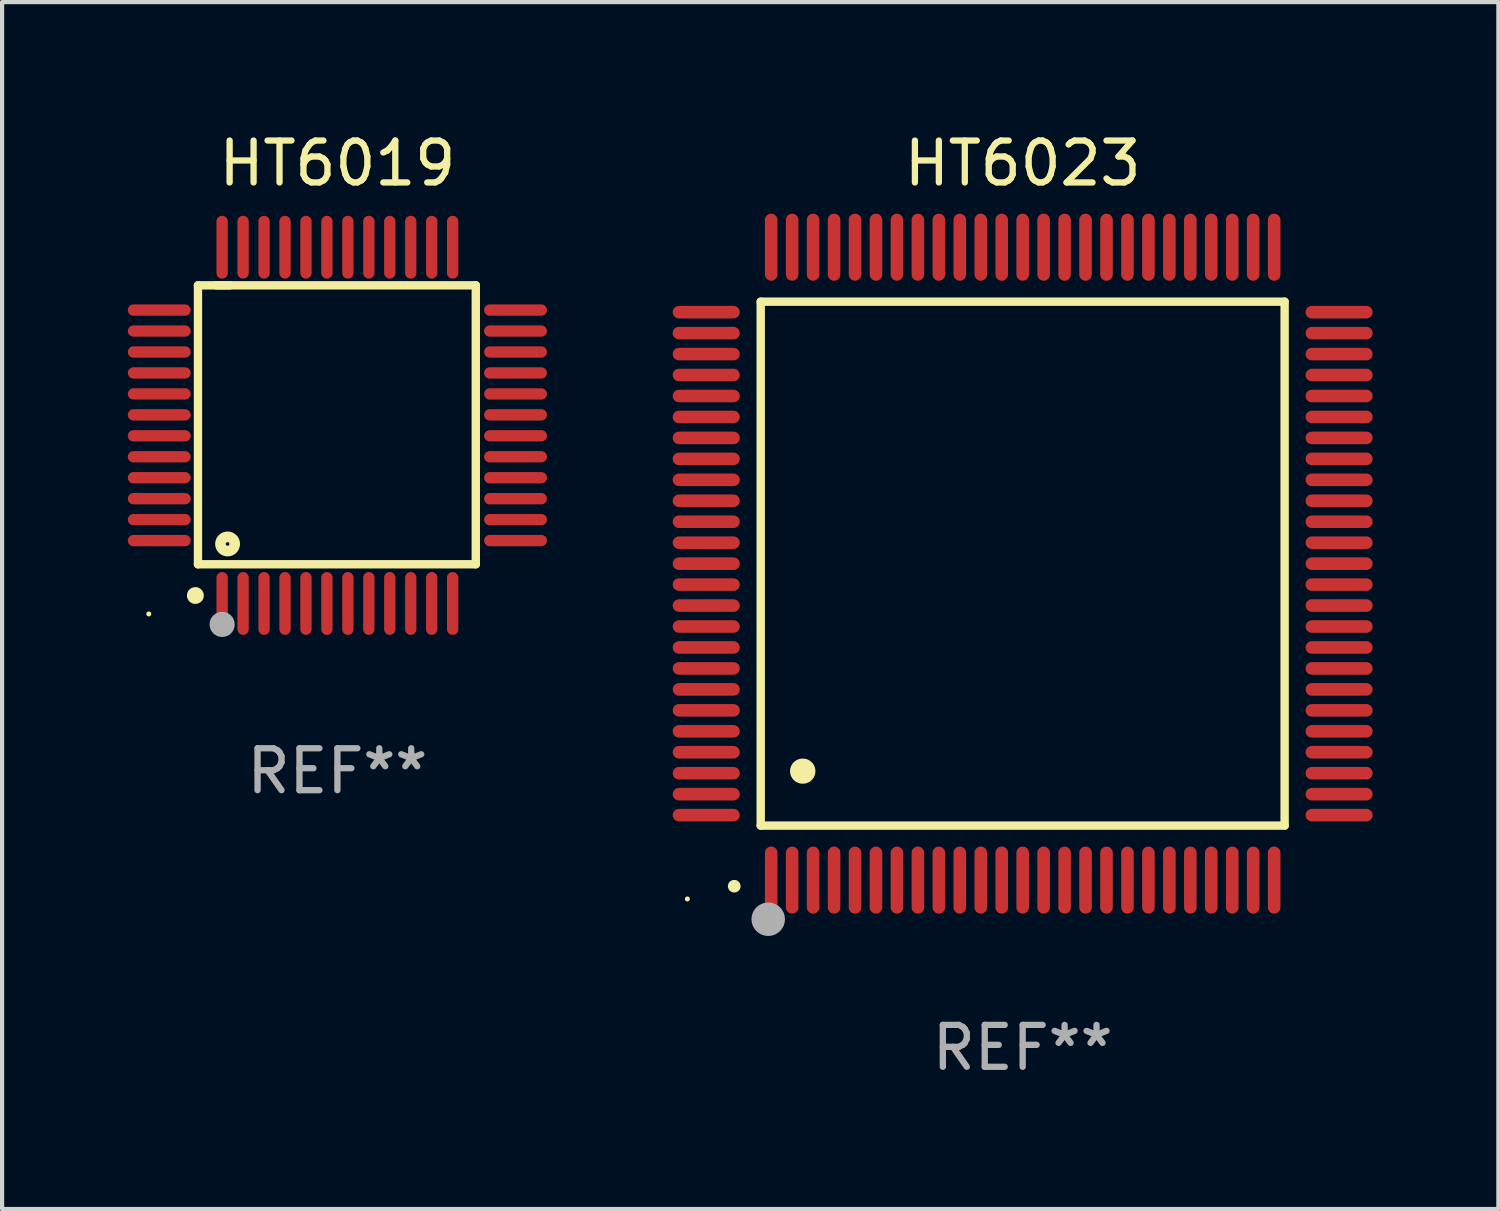
<source format=kicad_pcb>
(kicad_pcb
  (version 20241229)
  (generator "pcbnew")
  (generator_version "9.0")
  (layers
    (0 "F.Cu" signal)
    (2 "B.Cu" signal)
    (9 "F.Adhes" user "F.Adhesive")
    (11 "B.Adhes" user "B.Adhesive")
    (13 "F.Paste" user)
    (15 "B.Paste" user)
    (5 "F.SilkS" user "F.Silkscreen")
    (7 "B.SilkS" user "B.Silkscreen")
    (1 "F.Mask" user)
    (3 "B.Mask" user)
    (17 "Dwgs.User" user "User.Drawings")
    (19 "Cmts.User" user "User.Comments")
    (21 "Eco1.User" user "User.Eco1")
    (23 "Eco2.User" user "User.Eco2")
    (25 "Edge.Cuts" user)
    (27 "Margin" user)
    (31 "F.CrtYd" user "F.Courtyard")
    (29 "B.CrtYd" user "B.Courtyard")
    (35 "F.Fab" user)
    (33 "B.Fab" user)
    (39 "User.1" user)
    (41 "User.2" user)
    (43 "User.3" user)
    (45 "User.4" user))
  (footprint "HT6023"
    (layer "F.Cu")
    (at 21.35 10.398)
    (property "Reference" "HT6023" (at 0 -9.55 0) (layer "F.SilkS") (effects (font (size 1 1) (thickness 0.15))))
    (attr through_hole)
    (fp_line (start -6.25 -6.25) (end -6.25 6.25) (stroke (width 0.2) (type solid)) (layer "F.SilkS"))
    (fp_line (start -6.25 6.25) (end 6.25 6.25) (stroke (width 0.2) (type solid)) (layer "F.SilkS"))
    (fp_line (start 6.25 -6.25) (end -6.25 -6.25) (stroke (width 0.2) (type solid)) (layer "F.SilkS"))
    (fp_line (start 6.25 6.25) (end 6.25 -6.25) (stroke (width 0.2) (type solid)) (layer "F.SilkS"))
    (fp_arc (start -6.883414 7.696215) (mid -6.882144 7.69621) (end -6.880874 7.696215) (stroke (width 0.3) (type solid)) (layer "F.SilkS"))
    (fp_arc (start -5.250191 4.95047) (mid -5.247651 4.950459) (end -5.245111 4.95047) (stroke (width 0.6) (type solid)) (layer "F.SilkS"))
    (fp_circle (center -8 8) (end -7.97 8) (stroke (width 0.06) (type solid)) (fill no) (layer "F.SilkS"))
    (fp_circle (center -6.071 8.484) (end -5.871 8.484) (stroke (width 0.4) (type solid)) (fill no) (layer "F.Fab"))
    (fp_text user "REF**" (at 0 11.55 0) (layer "F.Fab") (effects (font (size 1 1) (thickness 0.15))))
    (pad "1" smd oval (at -6 7.55) (size 0.3 1.6) (layers "F.Cu" "F.Mask" "F.Paste"))
    (pad "2" smd oval (at -5.5 7.55) (size 0.3 1.6) (layers "F.Cu" "F.Mask" "F.Paste"))
    (pad "3" smd oval (at -5 7.55) (size 0.3 1.6) (layers "F.Cu" "F.Mask" "F.Paste"))
    (pad "4" smd oval (at -4.5 7.55) (size 0.3 1.6) (layers "F.Cu" "F.Mask" "F.Paste"))
    (pad "5" smd oval (at -4 7.55) (size 0.3 1.6) (layers "F.Cu" "F.Mask" "F.Paste"))
    (pad "6" smd oval (at -3.5 7.55) (size 0.3 1.6) (layers "F.Cu" "F.Mask" "F.Paste"))
    (pad "7" smd oval (at -3 7.55) (size 0.3 1.6) (layers "F.Cu" "F.Mask" "F.Paste"))
    (pad "8" smd oval (at -2.5 7.55) (size 0.3 1.6) (layers "F.Cu" "F.Mask" "F.Paste"))
    (pad "9" smd oval (at -2 7.55) (size 0.3 1.6) (layers "F.Cu" "F.Mask" "F.Paste"))
    (pad "10" smd oval (at -1.5 7.55) (size 0.3 1.6) (layers "F.Cu" "F.Mask" "F.Paste"))
    (pad "11" smd oval (at -1 7.55) (size 0.3 1.6) (layers "F.Cu" "F.Mask" "F.Paste"))
    (pad "12" smd oval (at -0.5 7.55) (size 0.3 1.6) (layers "F.Cu" "F.Mask" "F.Paste"))
    (pad "13" smd oval (at 0 7.55) (size 0.3 1.6) (layers "F.Cu" "F.Mask" "F.Paste"))
    (pad "14" smd oval (at 0.5 7.55) (size 0.3 1.6) (layers "F.Cu" "F.Mask" "F.Paste"))
    (pad "15" smd oval (at 1 7.55) (size 0.3 1.6) (layers "F.Cu" "F.Mask" "F.Paste"))
    (pad "16" smd oval (at 1.5 7.55) (size 0.3 1.6) (layers "F.Cu" "F.Mask" "F.Paste"))
    (pad "17" smd oval (at 2 7.55) (size 0.3 1.6) (layers "F.Cu" "F.Mask" "F.Paste"))
    (pad "18" smd oval (at 2.5 7.55) (size 0.3 1.6) (layers "F.Cu" "F.Mask" "F.Paste"))
    (pad "19" smd oval (at 3 7.55) (size 0.3 1.6) (layers "F.Cu" "F.Mask" "F.Paste"))
    (pad "20" smd oval (at 3.5 7.55) (size 0.3 1.6) (layers "F.Cu" "F.Mask" "F.Paste"))
    (pad "21" smd oval (at 4 7.55) (size 0.3 1.6) (layers "F.Cu" "F.Mask" "F.Paste"))
    (pad "22" smd oval (at 4.5 7.55) (size 0.3 1.6) (layers "F.Cu" "F.Mask" "F.Paste"))
    (pad "23" smd oval (at 5 7.55) (size 0.3 1.6) (layers "F.Cu" "F.Mask" "F.Paste"))
    (pad "24" smd oval (at 5.5 7.55) (size 0.3 1.6) (layers "F.Cu" "F.Mask" "F.Paste"))
    (pad "25" smd oval (at 6 7.55) (size 0.3 1.6) (layers "F.Cu" "F.Mask" "F.Paste"))
    (pad "26" smd oval (at 7.55 6) (size 1.6 0.3) (layers "F.Cu" "F.Mask" "F.Paste"))
    (pad "27" smd oval (at 7.55 5.5) (size 1.6 0.3) (layers "F.Cu" "F.Mask" "F.Paste"))
    (pad "28" smd oval (at 7.55 5) (size 1.6 0.3) (layers "F.Cu" "F.Mask" "F.Paste"))
    (pad "29" smd oval (at 7.55 4.5) (size 1.6 0.3) (layers "F.Cu" "F.Mask" "F.Paste"))
    (pad "30" smd oval (at 7.55 4) (size 1.6 0.3) (layers "F.Cu" "F.Mask" "F.Paste"))
    (pad "31" smd oval (at 7.55 3.5) (size 1.6 0.3) (layers "F.Cu" "F.Mask" "F.Paste"))
    (pad "32" smd oval (at 7.55 3) (size 1.6 0.3) (layers "F.Cu" "F.Mask" "F.Paste"))
    (pad "33" smd oval (at 7.55 2.5) (size 1.6 0.3) (layers "F.Cu" "F.Mask" "F.Paste"))
    (pad "34" smd oval (at 7.55 2) (size 1.6 0.3) (layers "F.Cu" "F.Mask" "F.Paste"))
    (pad "35" smd oval (at 7.55 1.5) (size 1.6 0.3) (layers "F.Cu" "F.Mask" "F.Paste"))
    (pad "36" smd oval (at 7.55 1) (size 1.6 0.3) (layers "F.Cu" "F.Mask" "F.Paste"))
    (pad "37" smd oval (at 7.55 0.5) (size 1.6 0.3) (layers "F.Cu" "F.Mask" "F.Paste"))
    (pad "38" smd oval (at 7.55 0) (size 1.6 0.3) (layers "F.Cu" "F.Mask" "F.Paste"))
    (pad "39" smd oval (at 7.55 -0.5) (size 1.6 0.3) (layers "F.Cu" "F.Mask" "F.Paste"))
    (pad "40" smd oval (at 7.55 -1) (size 1.6 0.3) (layers "F.Cu" "F.Mask" "F.Paste"))
    (pad "41" smd oval (at 7.55 -1.5) (size 1.6 0.3) (layers "F.Cu" "F.Mask" "F.Paste"))
    (pad "42" smd oval (at 7.55 -2) (size 1.6 0.3) (layers "F.Cu" "F.Mask" "F.Paste"))
    (pad "43" smd oval (at 7.55 -2.5) (size 1.6 0.3) (layers "F.Cu" "F.Mask" "F.Paste"))
    (pad "44" smd oval (at 7.55 -3) (size 1.6 0.3) (layers "F.Cu" "F.Mask" "F.Paste"))
    (pad "45" smd oval (at 7.55 -3.5) (size 1.6 0.3) (layers "F.Cu" "F.Mask" "F.Paste"))
    (pad "46" smd oval (at 7.55 -4) (size 1.6 0.3) (layers "F.Cu" "F.Mask" "F.Paste"))
    (pad "47" smd oval (at 7.55 -4.5) (size 1.6 0.3) (layers "F.Cu" "F.Mask" "F.Paste"))
    (pad "48" smd oval (at 7.55 -5) (size 1.6 0.3) (layers "F.Cu" "F.Mask" "F.Paste"))
    (pad "49" smd oval (at 7.55 -5.5) (size 1.6 0.3) (layers "F.Cu" "F.Mask" "F.Paste"))
    (pad "50" smd oval (at 7.55 -6) (size 1.6 0.3) (layers "F.Cu" "F.Mask" "F.Paste"))
    (pad "51" smd oval (at 6 -7.55) (size 0.3 1.6) (layers "F.Cu" "F.Mask" "F.Paste"))
    (pad "52" smd oval (at 5.5 -7.55) (size 0.3 1.6) (layers "F.Cu" "F.Mask" "F.Paste"))
    (pad "53" smd oval (at 5 -7.55) (size 0.3 1.6) (layers "F.Cu" "F.Mask" "F.Paste"))
    (pad "54" smd oval (at 4.5 -7.55) (size 0.3 1.6) (layers "F.Cu" "F.Mask" "F.Paste"))
    (pad "55" smd oval (at 4 -7.55) (size 0.3 1.6) (layers "F.Cu" "F.Mask" "F.Paste"))
    (pad "56" smd oval (at 3.5 -7.55) (size 0.3 1.6) (layers "F.Cu" "F.Mask" "F.Paste"))
    (pad "57" smd oval (at 3 -7.55) (size 0.3 1.6) (layers "F.Cu" "F.Mask" "F.Paste"))
    (pad "58" smd oval (at 2.5 -7.55) (size 0.3 1.6) (layers "F.Cu" "F.Mask" "F.Paste"))
    (pad "59" smd oval (at 2 -7.55) (size 0.3 1.6) (layers "F.Cu" "F.Mask" "F.Paste"))
    (pad "60" smd oval (at 1.5 -7.55) (size 0.3 1.6) (layers "F.Cu" "F.Mask" "F.Paste"))
    (pad "61" smd oval (at 1 -7.55) (size 0.3 1.6) (layers "F.Cu" "F.Mask" "F.Paste"))
    (pad "62" smd oval (at 0.5 -7.55) (size 0.3 1.6) (layers "F.Cu" "F.Mask" "F.Paste"))
    (pad "63" smd oval (at 0 -7.55) (size 0.3 1.6) (layers "F.Cu" "F.Mask" "F.Paste"))
    (pad "64" smd oval (at -0.5 -7.55) (size 0.3 1.6) (layers "F.Cu" "F.Mask" "F.Paste"))
    (pad "65" smd oval (at -1 -7.55) (size 0.3 1.6) (layers "F.Cu" "F.Mask" "F.Paste"))
    (pad "66" smd oval (at -1.5 -7.55) (size 0.3 1.6) (layers "F.Cu" "F.Mask" "F.Paste"))
    (pad "67" smd oval (at -2 -7.55) (size 0.3 1.6) (layers "F.Cu" "F.Mask" "F.Paste"))
    (pad "68" smd oval (at -2.5 -7.55) (size 0.3 1.6) (layers "F.Cu" "F.Mask" "F.Paste"))
    (pad "69" smd oval (at -3 -7.55) (size 0.3 1.6) (layers "F.Cu" "F.Mask" "F.Paste"))
    (pad "70" smd oval (at -3.5 -7.55) (size 0.3 1.6) (layers "F.Cu" "F.Mask" "F.Paste"))
    (pad "71" smd oval (at -4 -7.55) (size 0.3 1.6) (layers "F.Cu" "F.Mask" "F.Paste"))
    (pad "72" smd oval (at -4.5 -7.55) (size 0.3 1.6) (layers "F.Cu" "F.Mask" "F.Paste"))
    (pad "73" smd oval (at -5 -7.55) (size 0.3 1.6) (layers "F.Cu" "F.Mask" "F.Paste"))
    (pad "74" smd oval (at -5.5 -7.55) (size 0.3 1.6) (layers "F.Cu" "F.Mask" "F.Paste"))
    (pad "75" smd oval (at -6 -7.55) (size 0.3 1.6) (layers "F.Cu" "F.Mask" "F.Paste"))
    (pad "76" smd oval (at -7.55 -6) (size 1.6 0.3) (layers "F.Cu" "F.Mask" "F.Paste"))
    (pad "77" smd oval (at -7.55 -5.5) (size 1.6 0.3) (layers "F.Cu" "F.Mask" "F.Paste"))
    (pad "78" smd oval (at -7.55 -5) (size 1.6 0.3) (layers "F.Cu" "F.Mask" "F.Paste"))
    (pad "79" smd oval (at -7.55 -4.5) (size 1.6 0.3) (layers "F.Cu" "F.Mask" "F.Paste"))
    (pad "80" smd oval (at -7.55 -4) (size 1.6 0.3) (layers "F.Cu" "F.Mask" "F.Paste"))
    (pad "81" smd oval (at -7.55 -3.5) (size 1.6 0.3) (layers "F.Cu" "F.Mask" "F.Paste"))
    (pad "82" smd oval (at -7.55 -3) (size 1.6 0.3) (layers "F.Cu" "F.Mask" "F.Paste"))
    (pad "83" smd oval (at -7.55 -2.5) (size 1.6 0.3) (layers "F.Cu" "F.Mask" "F.Paste"))
    (pad "84" smd oval (at -7.55 -2) (size 1.6 0.3) (layers "F.Cu" "F.Mask" "F.Paste"))
    (pad "85" smd oval (at -7.55 -1.5) (size 1.6 0.3) (layers "F.Cu" "F.Mask" "F.Paste"))
    (pad "86" smd oval (at -7.55 -1) (size 1.6 0.3) (layers "F.Cu" "F.Mask" "F.Paste"))
    (pad "87" smd oval (at -7.55 -0.5) (size 1.6 0.3) (layers "F.Cu" "F.Mask" "F.Paste"))
    (pad "88" smd oval (at -7.55 0) (size 1.6 0.3) (layers "F.Cu" "F.Mask" "F.Paste"))
    (pad "89" smd oval (at -7.55 0.5) (size 1.6 0.3) (layers "F.Cu" "F.Mask" "F.Paste"))
    (pad "90" smd oval (at -7.55 1) (size 1.6 0.3) (layers "F.Cu" "F.Mask" "F.Paste"))
    (pad "91" smd oval (at -7.55 1.5) (size 1.6 0.3) (layers "F.Cu" "F.Mask" "F.Paste"))
    (pad "92" smd oval (at -7.55 2) (size 1.6 0.3) (layers "F.Cu" "F.Mask" "F.Paste"))
    (pad "93" smd oval (at -7.55 2.5) (size 1.6 0.3) (layers "F.Cu" "F.Mask" "F.Paste"))
    (pad "94" smd oval (at -7.55 3) (size 1.6 0.3) (layers "F.Cu" "F.Mask" "F.Paste"))
    (pad "95" smd oval (at -7.55 3.5) (size 1.6 0.3) (layers "F.Cu" "F.Mask" "F.Paste"))
    (pad "96" smd oval (at -7.55 4) (size 1.6 0.3) (layers "F.Cu" "F.Mask" "F.Paste"))
    (pad "97" smd oval (at -7.55 4.5) (size 1.6 0.3) (layers "F.Cu" "F.Mask" "F.Paste"))
    (pad "98" smd oval (at -7.55 5) (size 1.6 0.3) (layers "F.Cu" "F.Mask" "F.Paste"))
    (pad "99" smd oval (at -7.55 5.5) (size 1.6 0.3) (layers "F.Cu" "F.Mask" "F.Paste"))
    (pad "100" smd oval (at -7.55 6) (size 1.6 0.3) (layers "F.Cu" "F.Mask" "F.Paste")))
  (footprint "HT6019"
    (layer "F.Cu")
    (at 5 7.098)
    (property "Reference" "HT6019" (at 0 -6.25 0) (layer "F.SilkS") (effects (font (size 1 1) (thickness 0.15))))
    (attr through_hole)
    (fp_line (start -3.327 -3.34) (end -2.565 -3.34) (stroke (width 0.2) (type solid)) (layer "F.SilkS"))
    (fp_line (start -3.327 3.315) (end -3.327 -3.34) (stroke (width 0.2) (type solid)) (layer "F.SilkS"))
    (fp_line (start -2.896 -3.34) (end 3.302 -3.34) (stroke (width 0.2) (type solid)) (layer "F.SilkS"))
    (fp_line (start 3.302 -3.34) (end 3.302 3.315) (stroke (width 0.2) (type solid)) (layer "F.SilkS"))
    (fp_line (start 3.302 3.315) (end -3.327 3.315) (stroke (width 0.2) (type solid)) (layer "F.SilkS"))
    (fp_arc (start -3.389992 4.059995) (mid -3.388722 4.059991) (end -3.387452 4.059995) (stroke (width 0.4) (type solid)) (layer "F.SilkS"))
    (fp_circle (center -4.5 4.5) (end -4.47 4.5) (stroke (width 0.06) (type solid)) (fill no) (layer "F.SilkS"))
    (fp_circle (center -2.62 2.83) (end -2.45 2.83) (stroke (width 0.254) (type solid)) (fill no) (layer "F.SilkS"))
    (fp_circle (center -2.75 4.75) (end -2.6 4.75) (stroke (width 0.3) (type solid)) (fill no) (layer "F.Fab"))
    (fp_text user "REF**" (at 0 8.25 0) (layer "F.Fab") (effects (font (size 1 1) (thickness 0.15))))
    (pad "1" smd oval (at -2.75 4.25) (size 0.27 1.5) (layers "F.Cu" "F.Mask" "F.Paste"))
    (pad "2" smd oval (at -2.25 4.25) (size 0.27 1.5) (layers "F.Cu" "F.Mask" "F.Paste"))
    (pad "3" smd oval (at -1.75 4.25) (size 0.27 1.5) (layers "F.Cu" "F.Mask" "F.Paste"))
    (pad "4" smd oval (at -1.25 4.25) (size 0.27 1.5) (layers "F.Cu" "F.Mask" "F.Paste"))
    (pad "5" smd oval (at -0.75 4.25) (size 0.27 1.5) (layers "F.Cu" "F.Mask" "F.Paste"))
    (pad "6" smd oval (at -0.25 4.25) (size 0.27 1.5) (layers "F.Cu" "F.Mask" "F.Paste"))
    (pad "7" smd oval (at 0.25 4.25) (size 0.27 1.5) (layers "F.Cu" "F.Mask" "F.Paste"))
    (pad "8" smd oval (at 0.75 4.25) (size 0.27 1.5) (layers "F.Cu" "F.Mask" "F.Paste"))
    (pad "9" smd oval (at 1.25 4.25) (size 0.27 1.5) (layers "F.Cu" "F.Mask" "F.Paste"))
    (pad "10" smd oval (at 1.75 4.25) (size 0.27 1.5) (layers "F.Cu" "F.Mask" "F.Paste"))
    (pad "11" smd oval (at 2.25 4.25) (size 0.27 1.5) (layers "F.Cu" "F.Mask" "F.Paste"))
    (pad "12" smd oval (at 2.75 4.25) (size 0.27 1.5) (layers "F.Cu" "F.Mask" "F.Paste"))
    (pad "13" smd oval (at 4.25 2.75) (size 1.5 0.27) (layers "F.Cu" "F.Mask" "F.Paste"))
    (pad "14" smd oval (at 4.25 2.25) (size 1.5 0.27) (layers "F.Cu" "F.Mask" "F.Paste"))
    (pad "15" smd oval (at 4.25 1.75) (size 1.5 0.27) (layers "F.Cu" "F.Mask" "F.Paste"))
    (pad "16" smd oval (at 4.25 1.25) (size 1.5 0.27) (layers "F.Cu" "F.Mask" "F.Paste"))
    (pad "17" smd oval (at 4.25 0.75) (size 1.5 0.27) (layers "F.Cu" "F.Mask" "F.Paste"))
    (pad "18" smd oval (at 4.25 0.25) (size 1.5 0.27) (layers "F.Cu" "F.Mask" "F.Paste"))
    (pad "19" smd oval (at 4.25 -0.25) (size 1.5 0.27) (layers "F.Cu" "F.Mask" "F.Paste"))
    (pad "20" smd oval (at 4.25 -0.75) (size 1.5 0.27) (layers "F.Cu" "F.Mask" "F.Paste"))
    (pad "21" smd oval (at 4.25 -1.25) (size 1.5 0.27) (layers "F.Cu" "F.Mask" "F.Paste"))
    (pad "22" smd oval (at 4.25 -1.75) (size 1.5 0.27) (layers "F.Cu" "F.Mask" "F.Paste"))
    (pad "23" smd oval (at 4.25 -2.25) (size 1.5 0.27) (layers "F.Cu" "F.Mask" "F.Paste"))
    (pad "24" smd oval (at 4.25 -2.75) (size 1.5 0.27) (layers "F.Cu" "F.Mask" "F.Paste"))
    (pad "25" smd oval (at 2.75 -4.25) (size 0.27 1.5) (layers "F.Cu" "F.Mask" "F.Paste"))
    (pad "26" smd oval (at 2.25 -4.25) (size 0.27 1.5) (layers "F.Cu" "F.Mask" "F.Paste"))
    (pad "27" smd oval (at 1.75 -4.25) (size 0.27 1.5) (layers "F.Cu" "F.Mask" "F.Paste"))
    (pad "28" smd oval (at 1.25 -4.25) (size 0.27 1.5) (layers "F.Cu" "F.Mask" "F.Paste"))
    (pad "29" smd oval (at 0.75 -4.25) (size 0.27 1.5) (layers "F.Cu" "F.Mask" "F.Paste"))
    (pad "30" smd oval (at 0.25 -4.25) (size 0.27 1.5) (layers "F.Cu" "F.Mask" "F.Paste"))
    (pad "31" smd oval (at -0.25 -4.25) (size 0.27 1.5) (layers "F.Cu" "F.Mask" "F.Paste"))
    (pad "32" smd oval (at -0.75 -4.25) (size 0.27 1.5) (layers "F.Cu" "F.Mask" "F.Paste"))
    (pad "33" smd oval (at -1.25 -4.25) (size 0.27 1.5) (layers "F.Cu" "F.Mask" "F.Paste"))
    (pad "34" smd oval (at -1.75 -4.25) (size 0.27 1.5) (layers "F.Cu" "F.Mask" "F.Paste"))
    (pad "35" smd oval (at -2.25 -4.25) (size 0.27 1.5) (layers "F.Cu" "F.Mask" "F.Paste"))
    (pad "36" smd oval (at -2.75 -4.25) (size 0.27 1.5) (layers "F.Cu" "F.Mask" "F.Paste"))
    (pad "37" smd oval (at -4.25 -2.75) (size 1.5 0.27) (layers "F.Cu" "F.Mask" "F.Paste"))
    (pad "38" smd oval (at -4.25 -2.25) (size 1.5 0.27) (layers "F.Cu" "F.Mask" "F.Paste"))
    (pad "39" smd oval (at -4.25 -1.75) (size 1.5 0.27) (layers "F.Cu" "F.Mask" "F.Paste"))
    (pad "40" smd oval (at -4.25 -1.25) (size 1.5 0.27) (layers "F.Cu" "F.Mask" "F.Paste"))
    (pad "41" smd oval (at -4.25 -0.75) (size 1.5 0.27) (layers "F.Cu" "F.Mask" "F.Paste"))
    (pad "42" smd oval (at -4.25 -0.25) (size 1.5 0.27) (layers "F.Cu" "F.Mask" "F.Paste"))
    (pad "43" smd oval (at -4.25 0.25) (size 1.5 0.27) (layers "F.Cu" "F.Mask" "F.Paste"))
    (pad "44" smd oval (at -4.25 0.75) (size 1.5 0.27) (layers "F.Cu" "F.Mask" "F.Paste"))
    (pad "45" smd oval (at -4.25 1.25) (size 1.5 0.27) (layers "F.Cu" "F.Mask" "F.Paste"))
    (pad "46" smd oval (at -4.25 1.75) (size 1.5 0.27) (layers "F.Cu" "F.Mask" "F.Paste"))
    (pad "47" smd oval (at -4.25 2.25) (size 1.5 0.27) (layers "F.Cu" "F.Mask" "F.Paste"))
    (pad "48" smd oval (at -4.25 2.75) (size 1.5 0.27) (layers "F.Cu" "F.Mask" "F.Paste")))
  (gr_rect
    (start -3 -3)
    (end 32.7 25.796)
    (stroke (width 0.1) (type default))
    (fill no)
    (layer "Edge.Cuts")))
</source>
